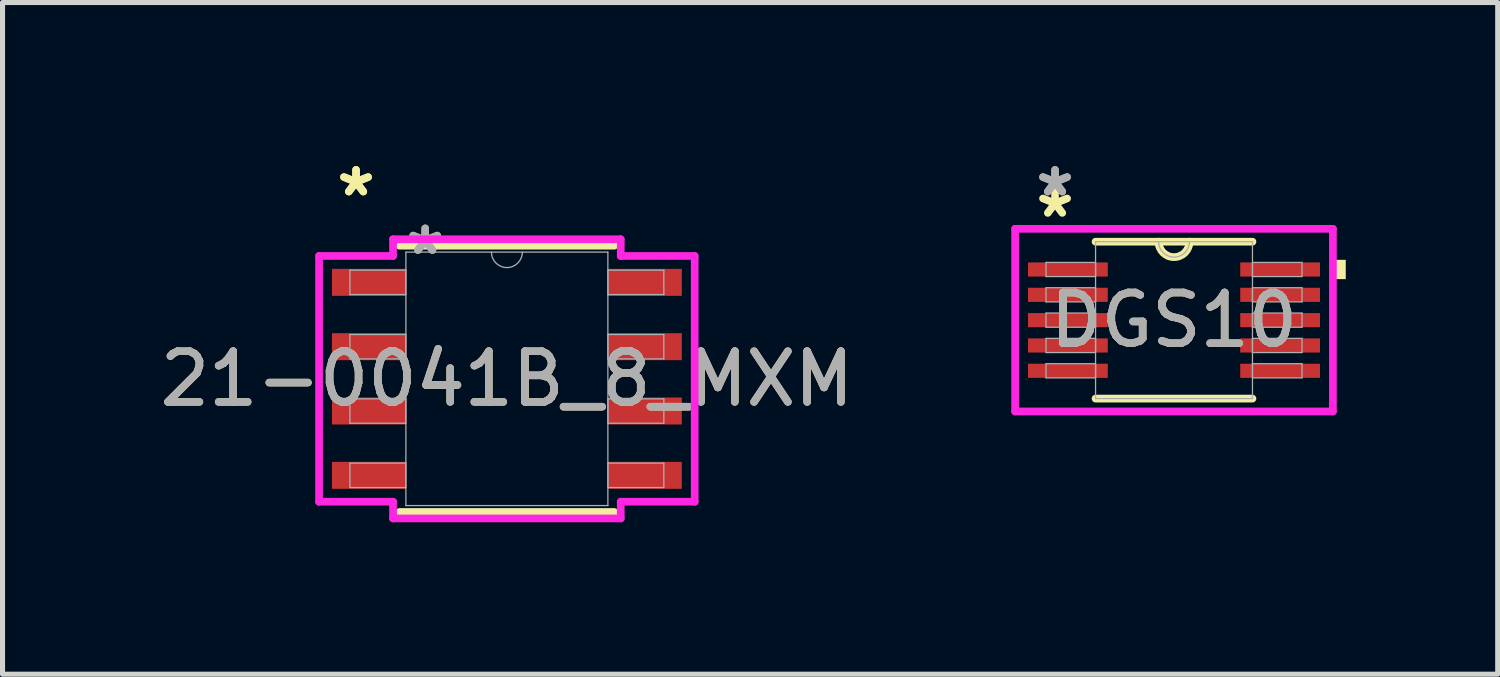
<source format=kicad_pcb>
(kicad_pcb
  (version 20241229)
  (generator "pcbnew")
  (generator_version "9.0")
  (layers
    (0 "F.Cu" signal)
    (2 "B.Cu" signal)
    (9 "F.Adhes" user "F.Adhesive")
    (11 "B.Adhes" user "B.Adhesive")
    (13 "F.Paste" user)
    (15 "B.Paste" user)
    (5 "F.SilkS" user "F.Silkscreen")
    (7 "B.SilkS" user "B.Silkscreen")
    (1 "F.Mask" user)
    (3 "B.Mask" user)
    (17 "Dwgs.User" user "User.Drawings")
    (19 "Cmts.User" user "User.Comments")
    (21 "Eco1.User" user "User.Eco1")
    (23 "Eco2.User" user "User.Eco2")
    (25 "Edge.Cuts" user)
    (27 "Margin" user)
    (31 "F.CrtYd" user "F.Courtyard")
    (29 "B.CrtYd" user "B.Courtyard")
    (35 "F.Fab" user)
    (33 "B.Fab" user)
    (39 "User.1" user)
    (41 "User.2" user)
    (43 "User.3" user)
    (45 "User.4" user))
  (footprint "21-0041B_8_MXM"
    (layer "F.Cu")
    (at 6.958 4.43)
    (property "Reference" "21-0041B_8_MXM" (at 0 0 0) (unlocked yes) (layer "F.SilkS") (effects (font (size 1 1) (thickness 0.15))))
    (attr smd)
    (fp_line (start -2.121 2.629) (end 2.121 2.629) (stroke (width 0.152) (type solid)) (layer "F.SilkS"))
    (fp_line (start 2.121 -2.629) (end -2.121 -2.629) (stroke (width 0.152) (type solid)) (layer "F.SilkS"))
    (fp_line (start -3.708 -2.426) (end -2.248 -2.426) (stroke (width 0.152) (type solid)) (layer "F.CrtYd"))
    (fp_line (start -3.708 2.426) (end -3.708 -2.426) (stroke (width 0.152) (type solid)) (layer "F.CrtYd"))
    (fp_line (start -3.708 2.426) (end -2.248 2.426) (stroke (width 0.152) (type solid)) (layer "F.CrtYd"))
    (fp_line (start -2.248 -2.756) (end 2.248 -2.756) (stroke (width 0.152) (type solid)) (layer "F.CrtYd"))
    (fp_line (start -2.248 -2.426) (end -2.248 -2.756) (stroke (width 0.152) (type solid)) (layer "F.CrtYd"))
    (fp_line (start -2.248 2.756) (end -2.248 2.426) (stroke (width 0.152) (type solid)) (layer "F.CrtYd"))
    (fp_line (start 2.248 -2.756) (end 2.248 -2.426) (stroke (width 0.152) (type solid)) (layer "F.CrtYd"))
    (fp_line (start 2.248 2.426) (end 2.248 2.756) (stroke (width 0.152) (type solid)) (layer "F.CrtYd"))
    (fp_line (start 2.248 2.756) (end -2.248 2.756) (stroke (width 0.152) (type solid)) (layer "F.CrtYd"))
    (fp_line (start 3.708 -2.426) (end 2.248 -2.426) (stroke (width 0.152) (type solid)) (layer "F.CrtYd"))
    (fp_line (start 3.708 -2.426) (end 3.708 2.426) (stroke (width 0.152) (type solid)) (layer "F.CrtYd"))
    (fp_line (start 3.708 2.426) (end 2.248 2.426) (stroke (width 0.152) (type solid)) (layer "F.CrtYd"))
    (fp_line (start -3.099 -2.146) (end -3.099 -1.664) (stroke (width 0.025) (type solid)) (layer "F.Fab"))
    (fp_line (start -3.099 -1.664) (end -1.994 -1.664) (stroke (width 0.025) (type solid)) (layer "F.Fab"))
    (fp_line (start -3.099 -0.876) (end -3.099 -0.394) (stroke (width 0.025) (type solid)) (layer "F.Fab"))
    (fp_line (start -3.099 -0.394) (end -1.994 -0.394) (stroke (width 0.025) (type solid)) (layer "F.Fab"))
    (fp_line (start -3.099 0.394) (end -3.099 0.876) (stroke (width 0.025) (type solid)) (layer "F.Fab"))
    (fp_line (start -3.099 0.876) (end -1.994 0.876) (stroke (width 0.025) (type solid)) (layer "F.Fab"))
    (fp_line (start -3.099 1.664) (end -3.099 2.146) (stroke (width 0.025) (type solid)) (layer "F.Fab"))
    (fp_line (start -3.099 2.146) (end -1.994 2.146) (stroke (width 0.025) (type solid)) (layer "F.Fab"))
    (fp_line (start -1.994 -2.502) (end -1.994 2.502) (stroke (width 0.025) (type solid)) (layer "F.Fab"))
    (fp_line (start -1.994 -2.146) (end -3.099 -2.146) (stroke (width 0.025) (type solid)) (layer "F.Fab"))
    (fp_line (start -1.994 -1.664) (end -1.994 -2.146) (stroke (width 0.025) (type solid)) (layer "F.Fab"))
    (fp_line (start -1.994 -0.876) (end -3.099 -0.876) (stroke (width 0.025) (type solid)) (layer "F.Fab"))
    (fp_line (start -1.994 -0.394) (end -1.994 -0.876) (stroke (width 0.025) (type solid)) (layer "F.Fab"))
    (fp_line (start -1.994 0.394) (end -3.099 0.394) (stroke (width 0.025) (type solid)) (layer "F.Fab"))
    (fp_line (start -1.994 0.876) (end -1.994 0.394) (stroke (width 0.025) (type solid)) (layer "F.Fab"))
    (fp_line (start -1.994 1.664) (end -3.099 1.664) (stroke (width 0.025) (type solid)) (layer "F.Fab"))
    (fp_line (start -1.994 2.146) (end -1.994 1.664) (stroke (width 0.025) (type solid)) (layer "F.Fab"))
    (fp_line (start -1.994 2.502) (end 1.994 2.502) (stroke (width 0.025) (type solid)) (layer "F.Fab"))
    (fp_line (start 1.994 -2.502) (end -1.994 -2.502) (stroke (width 0.025) (type solid)) (layer "F.Fab"))
    (fp_line (start 1.994 -2.146) (end 1.994 -1.664) (stroke (width 0.025) (type solid)) (layer "F.Fab"))
    (fp_line (start 1.994 -1.664) (end 3.099 -1.664) (stroke (width 0.025) (type solid)) (layer "F.Fab"))
    (fp_line (start 1.994 -0.876) (end 1.994 -0.394) (stroke (width 0.025) (type solid)) (layer "F.Fab"))
    (fp_line (start 1.994 -0.394) (end 3.099 -0.394) (stroke (width 0.025) (type solid)) (layer "F.Fab"))
    (fp_line (start 1.994 0.394) (end 1.994 0.876) (stroke (width 0.025) (type solid)) (layer "F.Fab"))
    (fp_line (start 1.994 0.876) (end 3.099 0.876) (stroke (width 0.025) (type solid)) (layer "F.Fab"))
    (fp_line (start 1.994 1.664) (end 1.994 2.146) (stroke (width 0.025) (type solid)) (layer "F.Fab"))
    (fp_line (start 1.994 2.146) (end 3.099 2.146) (stroke (width 0.025) (type solid)) (layer "F.Fab"))
    (fp_line (start 1.994 2.502) (end 1.994 -2.502) (stroke (width 0.025) (type solid)) (layer "F.Fab"))
    (fp_line (start 3.099 -2.146) (end 1.994 -2.146) (stroke (width 0.025) (type solid)) (layer "F.Fab"))
    (fp_line (start 3.099 -1.664) (end 3.099 -2.146) (stroke (width 0.025) (type solid)) (layer "F.Fab"))
    (fp_line (start 3.099 -0.876) (end 1.994 -0.876) (stroke (width 0.025) (type solid)) (layer "F.Fab"))
    (fp_line (start 3.099 -0.394) (end 3.099 -0.876) (stroke (width 0.025) (type solid)) (layer "F.Fab"))
    (fp_line (start 3.099 0.394) (end 1.994 0.394) (stroke (width 0.025) (type solid)) (layer "F.Fab"))
    (fp_line (start 3.099 0.876) (end 3.099 0.394) (stroke (width 0.025) (type solid)) (layer "F.Fab"))
    (fp_line (start 3.099 1.664) (end 1.994 1.664) (stroke (width 0.025) (type solid)) (layer "F.Fab"))
    (fp_line (start 3.099 2.146) (end 3.099 1.664) (stroke (width 0.025) (type solid)) (layer "F.Fab"))
    (fp_arc (start 0.3048 -2.5019) (mid 0 -2.1971) (end -0.3048 -2.5019) (stroke (width 0.0254) (type solid)) (layer "F.Fab"))
    (fp_text user "*" (at -2.978 -3.581 0) (layer "F.SilkS") (effects (font (size 1 1) (thickness 0.15))))
    (fp_text user "*" (at -2.978 -3.581 0) (unlocked yes) (layer "F.SilkS") (effects (font (size 1 1) (thickness 0.15))))
    (fp_text user "*" (at -1.613 -2.426 0) (unlocked yes) (layer "F.Fab") (effects (font (size 1 1) (thickness 0.15))))
    (fp_text user "*" (at -1.613 -2.426 0) (layer "F.Fab") (effects (font (size 1 1) (thickness 0.15))))
    (fp_text user "${REFERENCE}" (at 0 0 0) (unlocked yes) (layer "F.Fab") (effects (font (size 1 1) (thickness 0.15))))
    (pad "1" smd rect (at -2.724 -1.905) (size 1.46 0.533) (layers "F.Cu" "F.Mask" "F.Paste"))
    (pad "2" smd rect (at -2.724 -0.635) (size 1.46 0.533) (layers "F.Cu" "F.Mask" "F.Paste"))
    (pad "3" smd rect (at -2.724 0.635) (size 1.46 0.533) (layers "F.Cu" "F.Mask" "F.Paste"))
    (pad "4" smd rect (at -2.724 1.905) (size 1.46 0.533) (layers "F.Cu" "F.Mask" "F.Paste"))
    (pad "5" smd rect (at 2.724 1.905) (size 1.46 0.533) (layers "F.Cu" "F.Mask" "F.Paste"))
    (pad "6" smd rect (at 2.724 0.635) (size 1.46 0.533) (layers "F.Cu" "F.Mask" "F.Paste"))
    (pad "7" smd rect (at 2.724 -0.635) (size 1.46 0.533) (layers "F.Cu" "F.Mask" "F.Paste"))
    (pad "8" smd rect (at 2.724 -1.905) (size 1.46 0.533) (layers "F.Cu" "F.Mask" "F.Paste")))
  (footprint "DGS10"
    (layer "F.Cu")
    (at 20.13 3.271)
    (property "Reference" "DGS10" (at 0 0 0) (unlocked yes) (layer "F.SilkS") (effects (font (size 1 1) (thickness 0.15))))
    (attr smd)
    (fp_line (start -1.549 1.549) (end 1.549 1.549) (stroke (width 0.152) (type solid)) (layer "F.SilkS"))
    (fp_line (start 1.549 -1.549) (end -1.549 -1.549) (stroke (width 0.152) (type solid)) (layer "F.SilkS"))
    (fp_arc (start 0.3048 -1.5494) (mid 0 -1.2446) (end -0.3048 -1.5494) (stroke (width 0.1524) (type solid)) (layer "F.SilkS"))
    (fp_poly (pts (xy 3.391 -1.191) (xy 3.391 -0.81) (xy 3.137 -0.81) (xy 3.137 -1.191)) (stroke (width 0) (type solid)) (fill yes) (layer "F.SilkS"))
    (fp_line (start -3.137 -1.803) (end 3.137 -1.803) (stroke (width 0.152) (type solid)) (layer "F.CrtYd"))
    (fp_line (start -3.137 1.803) (end -3.137 -1.803) (stroke (width 0.152) (type solid)) (layer "F.CrtYd"))
    (fp_line (start 3.137 -1.803) (end 3.137 1.803) (stroke (width 0.152) (type solid)) (layer "F.CrtYd"))
    (fp_line (start 3.137 1.803) (end -3.137 1.803) (stroke (width 0.152) (type solid)) (layer "F.CrtYd"))
    (fp_line (start -2.527 -1.14) (end -2.527 -0.86) (stroke (width 0.025) (type solid)) (layer "F.Fab"))
    (fp_line (start -2.527 -0.86) (end -1.549 -0.86) (stroke (width 0.025) (type solid)) (layer "F.Fab"))
    (fp_line (start -2.527 -0.64) (end -2.527 -0.36) (stroke (width 0.025) (type solid)) (layer "F.Fab"))
    (fp_line (start -2.527 -0.36) (end -1.549 -0.36) (stroke (width 0.025) (type solid)) (layer "F.Fab"))
    (fp_line (start -2.527 -0.14) (end -2.527 0.14) (stroke (width 0.025) (type solid)) (layer "F.Fab"))
    (fp_line (start -2.527 0.14) (end -1.549 0.14) (stroke (width 0.025) (type solid)) (layer "F.Fab"))
    (fp_line (start -2.527 0.36) (end -2.527 0.64) (stroke (width 0.025) (type solid)) (layer "F.Fab"))
    (fp_line (start -2.527 0.64) (end -1.549 0.64) (stroke (width 0.025) (type solid)) (layer "F.Fab"))
    (fp_line (start -2.527 0.86) (end -2.527 1.14) (stroke (width 0.025) (type solid)) (layer "F.Fab"))
    (fp_line (start -2.527 1.14) (end -1.549 1.14) (stroke (width 0.025) (type solid)) (layer "F.Fab"))
    (fp_line (start -1.549 -1.549) (end -1.549 1.549) (stroke (width 0.025) (type solid)) (layer "F.Fab"))
    (fp_line (start -1.549 -1.14) (end -2.527 -1.14) (stroke (width 0.025) (type solid)) (layer "F.Fab"))
    (fp_line (start -1.549 -0.86) (end -1.549 -1.14) (stroke (width 0.025) (type solid)) (layer "F.Fab"))
    (fp_line (start -1.549 -0.64) (end -2.527 -0.64) (stroke (width 0.025) (type solid)) (layer "F.Fab"))
    (fp_line (start -1.549 -0.36) (end -1.549 -0.64) (stroke (width 0.025) (type solid)) (layer "F.Fab"))
    (fp_line (start -1.549 -0.14) (end -2.527 -0.14) (stroke (width 0.025) (type solid)) (layer "F.Fab"))
    (fp_line (start -1.549 0.14) (end -1.549 -0.14) (stroke (width 0.025) (type solid)) (layer "F.Fab"))
    (fp_line (start -1.549 0.36) (end -2.527 0.36) (stroke (width 0.025) (type solid)) (layer "F.Fab"))
    (fp_line (start -1.549 0.64) (end -1.549 0.36) (stroke (width 0.025) (type solid)) (layer "F.Fab"))
    (fp_line (start -1.549 0.86) (end -2.527 0.86) (stroke (width 0.025) (type solid)) (layer "F.Fab"))
    (fp_line (start -1.549 1.14) (end -1.549 0.86) (stroke (width 0.025) (type solid)) (layer "F.Fab"))
    (fp_line (start -1.549 1.549) (end 1.549 1.549) (stroke (width 0.025) (type solid)) (layer "F.Fab"))
    (fp_line (start 1.549 -1.549) (end -1.549 -1.549) (stroke (width 0.025) (type solid)) (layer "F.Fab"))
    (fp_line (start 1.549 -1.14) (end 1.549 -0.86) (stroke (width 0.025) (type solid)) (layer "F.Fab"))
    (fp_line (start 1.549 -0.86) (end 2.527 -0.86) (stroke (width 0.025) (type solid)) (layer "F.Fab"))
    (fp_line (start 1.549 -0.64) (end 1.549 -0.36) (stroke (width 0.025) (type solid)) (layer "F.Fab"))
    (fp_line (start 1.549 -0.36) (end 2.527 -0.36) (stroke (width 0.025) (type solid)) (layer "F.Fab"))
    (fp_line (start 1.549 -0.14) (end 1.549 0.14) (stroke (width 0.025) (type solid)) (layer "F.Fab"))
    (fp_line (start 1.549 0.14) (end 2.527 0.14) (stroke (width 0.025) (type solid)) (layer "F.Fab"))
    (fp_line (start 1.549 0.36) (end 1.549 0.64) (stroke (width 0.025) (type solid)) (layer "F.Fab"))
    (fp_line (start 1.549 0.64) (end 2.527 0.64) (stroke (width 0.025) (type solid)) (layer "F.Fab"))
    (fp_line (start 1.549 0.86) (end 1.549 1.14) (stroke (width 0.025) (type solid)) (layer "F.Fab"))
    (fp_line (start 1.549 1.14) (end 2.527 1.14) (stroke (width 0.025) (type solid)) (layer "F.Fab"))
    (fp_line (start 1.549 1.549) (end 1.549 -1.549) (stroke (width 0.025) (type solid)) (layer "F.Fab"))
    (fp_line (start 2.527 -1.14) (end 1.549 -1.14) (stroke (width 0.025) (type solid)) (layer "F.Fab"))
    (fp_line (start 2.527 -0.86) (end 2.527 -1.14) (stroke (width 0.025) (type solid)) (layer "F.Fab"))
    (fp_line (start 2.527 -0.64) (end 1.549 -0.64) (stroke (width 0.025) (type solid)) (layer "F.Fab"))
    (fp_line (start 2.527 -0.36) (end 2.527 -0.64) (stroke (width 0.025) (type solid)) (layer "F.Fab"))
    (fp_line (start 2.527 -0.14) (end 1.549 -0.14) (stroke (width 0.025) (type solid)) (layer "F.Fab"))
    (fp_line (start 2.527 0.14) (end 2.527 -0.14) (stroke (width 0.025) (type solid)) (layer "F.Fab"))
    (fp_line (start 2.527 0.36) (end 1.549 0.36) (stroke (width 0.025) (type solid)) (layer "F.Fab"))
    (fp_line (start 2.527 0.64) (end 2.527 0.36) (stroke (width 0.025) (type solid)) (layer "F.Fab"))
    (fp_line (start 2.527 0.86) (end 1.549 0.86) (stroke (width 0.025) (type solid)) (layer "F.Fab"))
    (fp_line (start 2.527 1.14) (end 2.527 0.86) (stroke (width 0.025) (type solid)) (layer "F.Fab"))
    (fp_arc (start 0.3048 -1.5494) (mid 0 -1.2446) (end -0.3048 -1.5494) (stroke (width 0.0254) (type solid)) (layer "F.Fab"))
    (fp_text user "*" (at -2.349 -2 0) (layer "F.SilkS") (effects (font (size 1 1) (thickness 0.15))))
    (fp_text user "*" (at -2.349 -2.422 0) (layer "F.Fab") (effects (font (size 1 1) (thickness 0.15))))
    (fp_text user "${REFERENCE}" (at 0 0 0) (unlocked yes) (layer "F.Fab") (effects (font (size 1 1) (thickness 0.15))))
    (fp_text user "*" (at -2.349 -2.422 0) (unlocked yes) (layer "F.Fab") (effects (font (size 1 1) (thickness 0.15))))
    (pad "1" smd rect (at -2.095 -1) (size 1.575 0.279) (layers "F.Cu" "F.Mask" "F.Paste"))
    (pad "2" smd rect (at -2.095 -0.5) (size 1.575 0.279) (layers "F.Cu" "F.Mask" "F.Paste"))
    (pad "3" smd rect (at -2.095 0) (size 1.575 0.279) (layers "F.Cu" "F.Mask" "F.Paste"))
    (pad "4" smd rect (at -2.095 0.5) (size 1.575 0.279) (layers "F.Cu" "F.Mask" "F.Paste"))
    (pad "5" smd rect (at -2.095 1) (size 1.575 0.279) (layers "F.Cu" "F.Mask" "F.Paste"))
    (pad "6" smd rect (at 2.095 1) (size 1.575 0.279) (layers "F.Cu" "F.Mask" "F.Paste"))
    (pad "7" smd rect (at 2.095 0.5) (size 1.575 0.279) (layers "F.Cu" "F.Mask" "F.Paste"))
    (pad "8" smd rect (at 2.095 0) (size 1.575 0.279) (layers "F.Cu" "F.Mask" "F.Paste"))
    (pad "9" smd rect (at 2.095 -0.5) (size 1.575 0.279) (layers "F.Cu" "F.Mask" "F.Paste"))
    (pad "10" smd rect (at 2.095 -1) (size 1.575 0.279) (layers "F.Cu" "F.Mask" "F.Paste")))
  (gr_rect
    (start -3 -3)
    (end 26.521 10.262)
    (stroke (width 0.1) (type default))
    (fill no)
    (layer "Edge.Cuts")))
</source>
